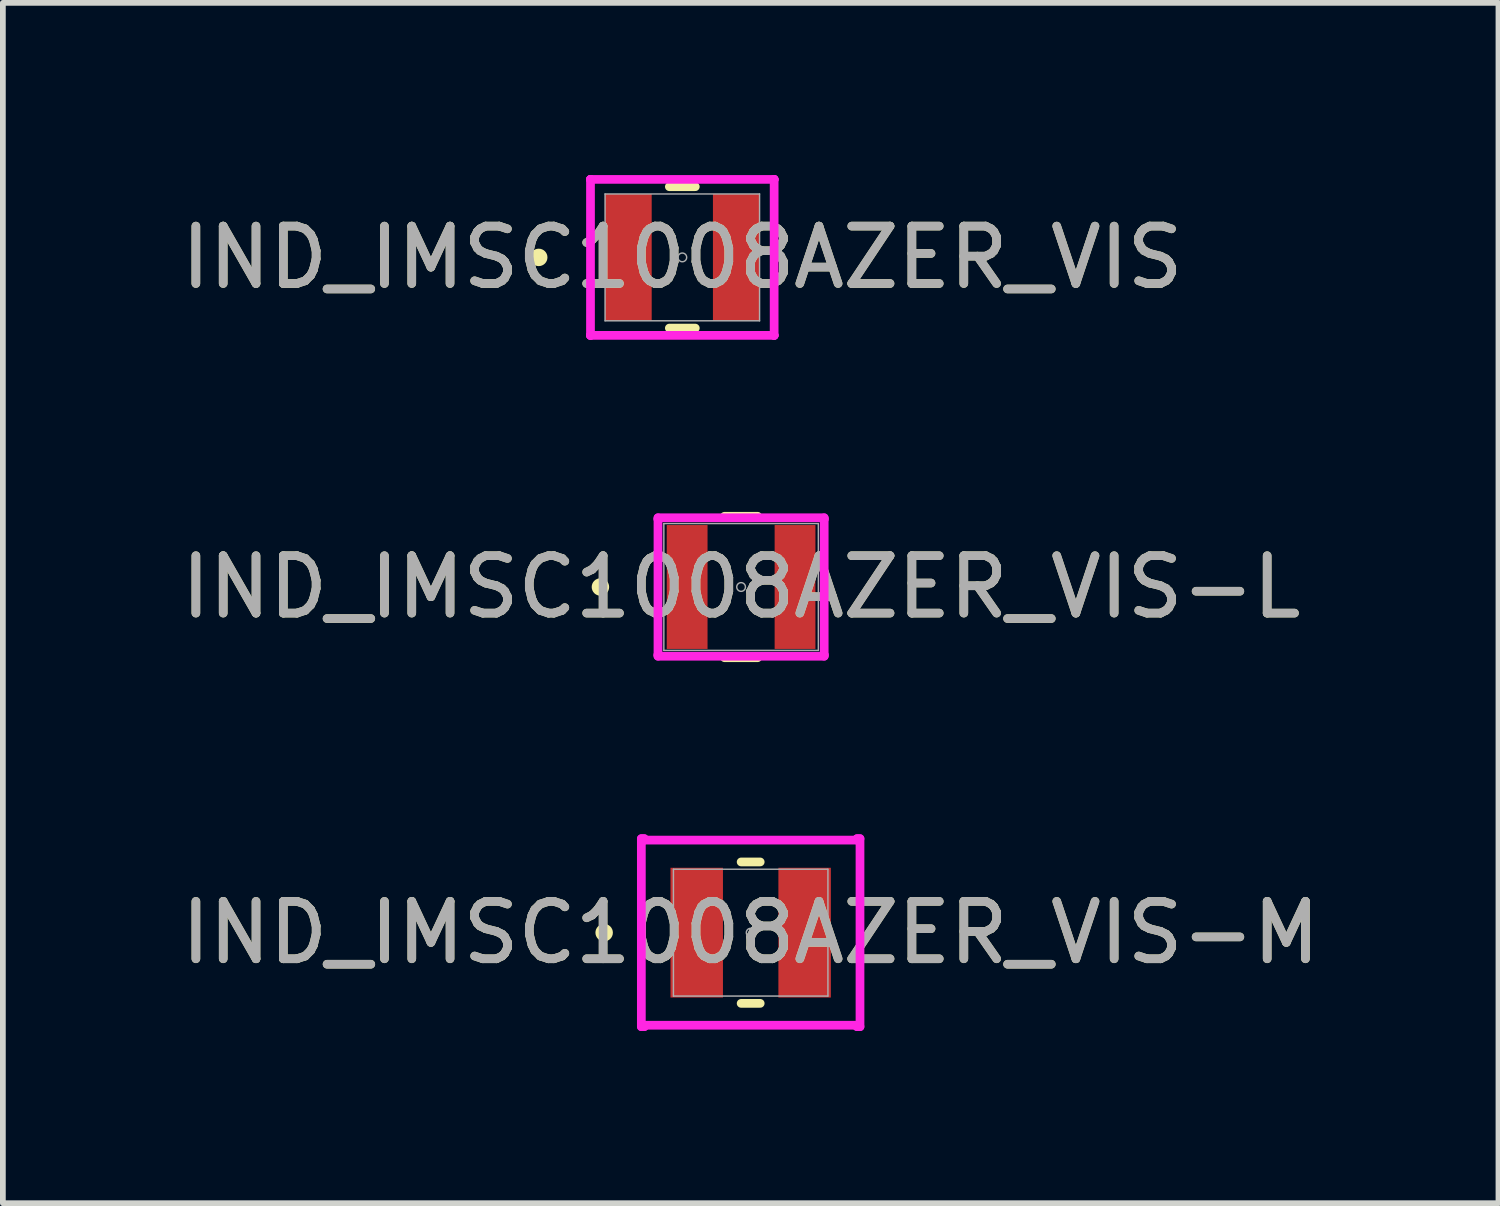
<source format=kicad_pcb>
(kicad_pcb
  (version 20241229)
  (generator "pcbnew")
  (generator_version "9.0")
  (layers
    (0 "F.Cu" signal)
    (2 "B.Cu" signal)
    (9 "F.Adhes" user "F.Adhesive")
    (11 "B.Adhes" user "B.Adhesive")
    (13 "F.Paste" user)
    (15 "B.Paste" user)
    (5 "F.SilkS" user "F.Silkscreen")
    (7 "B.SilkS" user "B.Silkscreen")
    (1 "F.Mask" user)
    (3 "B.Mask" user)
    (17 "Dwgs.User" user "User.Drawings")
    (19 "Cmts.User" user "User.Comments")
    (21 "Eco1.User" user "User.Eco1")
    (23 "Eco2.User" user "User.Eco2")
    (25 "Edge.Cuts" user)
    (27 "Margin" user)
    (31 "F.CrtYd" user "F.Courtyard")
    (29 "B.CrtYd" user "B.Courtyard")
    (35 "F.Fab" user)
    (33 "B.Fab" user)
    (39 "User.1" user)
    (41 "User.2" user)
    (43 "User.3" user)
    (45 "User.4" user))
  (footprint "IND_IMSC1008AZER_VIS-L"
    (layer "F.Cu")
    (at 9.863 7.178)
    (property "Reference" "IND_IMSC1008AZER_VIS-L" (at 0 0 0) (unlocked yes) (layer "F.SilkS") (effects (font (size 1 1) (thickness 0.15))))
    (attr smd)
    (fp_line (start -0.288 1.232) (end 0.288 1.232) (stroke (width 0.152) (type solid)) (layer "F.SilkS"))
    (fp_line (start 0.288 -1.232) (end -0.288 -1.232) (stroke (width 0.152) (type solid)) (layer "F.SilkS"))
    (fp_circle (center -2.451 0) (end -2.375 0) (stroke (width 0.152) (type solid)) (fill no) (layer "F.SilkS"))
    (fp_line (start -1.448 -1.206) (end 1.448 -1.206) (stroke (width 0.152) (type solid)) (layer "F.CrtYd"))
    (fp_line (start -1.448 -1.181) (end -1.448 -1.206) (stroke (width 0.152) (type solid)) (layer "F.CrtYd"))
    (fp_line (start -1.448 -1.181) (end -1.448 -1.181) (stroke (width 0.152) (type solid)) (layer "F.CrtYd"))
    (fp_line (start -1.448 1.181) (end -1.448 -1.181) (stroke (width 0.152) (type solid)) (layer "F.CrtYd"))
    (fp_line (start -1.448 1.181) (end -1.448 1.181) (stroke (width 0.152) (type solid)) (layer "F.CrtYd"))
    (fp_line (start -1.448 1.206) (end -1.448 1.181) (stroke (width 0.152) (type solid)) (layer "F.CrtYd"))
    (fp_line (start 1.448 -1.206) (end 1.448 -1.181) (stroke (width 0.152) (type solid)) (layer "F.CrtYd"))
    (fp_line (start 1.448 -1.181) (end 1.448 -1.181) (stroke (width 0.152) (type solid)) (layer "F.CrtYd"))
    (fp_line (start 1.448 -1.181) (end 1.448 1.181) (stroke (width 0.152) (type solid)) (layer "F.CrtYd"))
    (fp_line (start 1.448 1.181) (end 1.448 1.181) (stroke (width 0.152) (type solid)) (layer "F.CrtYd"))
    (fp_line (start 1.448 1.181) (end 1.448 1.206) (stroke (width 0.152) (type solid)) (layer "F.CrtYd"))
    (fp_line (start 1.448 1.206) (end -1.448 1.206) (stroke (width 0.152) (type solid)) (layer "F.CrtYd"))
    (fp_line (start -1.346 -1.105) (end -1.346 1.105) (stroke (width 0.025) (type solid)) (layer "F.Fab"))
    (fp_line (start -1.346 1.105) (end 1.346 1.105) (stroke (width 0.025) (type solid)) (layer "F.Fab"))
    (fp_line (start 1.346 -1.105) (end -1.346 -1.105) (stroke (width 0.025) (type solid)) (layer "F.Fab"))
    (fp_line (start 1.346 1.105) (end 1.346 -1.105) (stroke (width 0.025) (type solid)) (layer "F.Fab"))
    (fp_circle (center 0 0) (end 0.076 0) (stroke (width 0.025) (type solid)) (fill no) (layer "F.Fab"))
    (fp_text user "${REFERENCE}" (at 0 0 0) (unlocked yes) (layer "F.Fab") (effects (font (size 1 1) (thickness 0.15))))
    (pad "1" smd rect (at -0.94 0) (size 0.711 2.159) (layers "F.Cu" "F.Mask" "F.Paste"))
    (pad "2" smd rect (at 0.94 0) (size 0.711 2.159) (layers "F.Cu" "F.Mask" "F.Paste")))
  (footprint "IND_IMSC1008AZER_VIS-M"
    (layer "F.Cu")
    (at 10.03 13.201)
    (property "Reference" "IND_IMSC1008AZER_VIS-M" (at 0 0 0) (unlocked yes) (layer "F.SilkS") (effects (font (size 1 1) (thickness 0.15))))
    (attr smd)
    (fp_line (start -0.166 1.232) (end 0.166 1.232) (stroke (width 0.152) (type solid)) (layer "F.SilkS"))
    (fp_line (start 0.166 -1.232) (end -0.166 -1.232) (stroke (width 0.152) (type solid)) (layer "F.SilkS"))
    (fp_circle (center -2.553 0) (end -2.477 0) (stroke (width 0.152) (type solid)) (fill no) (layer "F.SilkS"))
    (fp_line (start -1.905 -1.638) (end -1.854 -1.638) (stroke (width 0.152) (type solid)) (layer "F.CrtYd"))
    (fp_line (start -1.905 1.638) (end -1.905 -1.638) (stroke (width 0.152) (type solid)) (layer "F.CrtYd"))
    (fp_line (start -1.905 1.638) (end -1.854 1.638) (stroke (width 0.152) (type solid)) (layer "F.CrtYd"))
    (fp_line (start -1.854 -1.638) (end -1.854 -1.613) (stroke (width 0.152) (type solid)) (layer "F.CrtYd"))
    (fp_line (start -1.854 -1.613) (end 1.854 -1.613) (stroke (width 0.152) (type solid)) (layer "F.CrtYd"))
    (fp_line (start -1.854 1.613) (end -1.854 1.638) (stroke (width 0.152) (type solid)) (layer "F.CrtYd"))
    (fp_line (start 1.854 -1.613) (end 1.854 -1.638) (stroke (width 0.152) (type solid)) (layer "F.CrtYd"))
    (fp_line (start 1.854 1.613) (end -1.854 1.613) (stroke (width 0.152) (type solid)) (layer "F.CrtYd"))
    (fp_line (start 1.854 1.638) (end 1.854 1.613) (stroke (width 0.152) (type solid)) (layer "F.CrtYd"))
    (fp_line (start 1.905 -1.638) (end 1.854 -1.638) (stroke (width 0.152) (type solid)) (layer "F.CrtYd"))
    (fp_line (start 1.905 -1.638) (end 1.905 1.638) (stroke (width 0.152) (type solid)) (layer "F.CrtYd"))
    (fp_line (start 1.905 1.638) (end 1.854 1.638) (stroke (width 0.152) (type solid)) (layer "F.CrtYd"))
    (fp_line (start -1.346 -1.105) (end -1.346 1.105) (stroke (width 0.025) (type solid)) (layer "F.Fab"))
    (fp_line (start -1.346 1.105) (end 1.346 1.105) (stroke (width 0.025) (type solid)) (layer "F.Fab"))
    (fp_line (start 1.346 -1.105) (end -1.346 -1.105) (stroke (width 0.025) (type solid)) (layer "F.Fab"))
    (fp_line (start 1.346 1.105) (end 1.346 -1.105) (stroke (width 0.025) (type solid)) (layer "F.Fab"))
    (fp_circle (center 0 0) (end 0.076 0) (stroke (width 0.025) (type solid)) (fill no) (layer "F.Fab"))
    (fp_text user "${REFERENCE}" (at 0 0 0) (unlocked yes) (layer "F.Fab") (effects (font (size 1 1) (thickness 0.15))))
    (pad "1" smd rect (at -0.94 0) (size 0.914 2.261) (layers "F.Cu" "F.Mask" "F.Paste"))
    (pad "2" smd rect (at 0.94 0) (size 0.914 2.261) (layers "F.Cu" "F.Mask" "F.Paste")))
  (footprint "IND_IMSC1008AZER_VIS"
    (layer "F.Cu")
    (at 8.839 1.435)
    (property "Reference" "IND_IMSC1008AZER_VIS" (at 0 0 0) (unlocked yes) (layer "F.SilkS") (effects (font (size 1 1) (thickness 0.15))))
    (attr smd)
    (fp_line (start -0.226 1.232) (end 0.226 1.232) (stroke (width 0.152) (type solid)) (layer "F.SilkS"))
    (fp_line (start 0.226 -1.232) (end -0.226 -1.232) (stroke (width 0.152) (type solid)) (layer "F.SilkS"))
    (fp_circle (center -2.502 0) (end -2.426 0) (stroke (width 0.152) (type solid)) (fill no) (layer "F.SilkS"))
    (fp_line (start -1.6 -1.359) (end -1.6 -1.359) (stroke (width 0.152) (type solid)) (layer "F.CrtYd"))
    (fp_line (start -1.6 -1.359) (end -1.6 -1.359) (stroke (width 0.152) (type solid)) (layer "F.CrtYd"))
    (fp_line (start -1.6 -1.359) (end 1.6 -1.359) (stroke (width 0.152) (type solid)) (layer "F.CrtYd"))
    (fp_line (start -1.6 1.359) (end -1.6 -1.359) (stroke (width 0.152) (type solid)) (layer "F.CrtYd"))
    (fp_line (start -1.6 1.359) (end -1.6 1.359) (stroke (width 0.152) (type solid)) (layer "F.CrtYd"))
    (fp_line (start -1.6 1.359) (end -1.6 1.359) (stroke (width 0.152) (type solid)) (layer "F.CrtYd"))
    (fp_line (start 1.6 -1.359) (end 1.6 -1.359) (stroke (width 0.152) (type solid)) (layer "F.CrtYd"))
    (fp_line (start 1.6 -1.359) (end 1.6 -1.359) (stroke (width 0.152) (type solid)) (layer "F.CrtYd"))
    (fp_line (start 1.6 -1.359) (end 1.6 1.359) (stroke (width 0.152) (type solid)) (layer "F.CrtYd"))
    (fp_line (start 1.6 1.359) (end -1.6 1.359) (stroke (width 0.152) (type solid)) (layer "F.CrtYd"))
    (fp_line (start 1.6 1.359) (end 1.6 1.359) (stroke (width 0.152) (type solid)) (layer "F.CrtYd"))
    (fp_line (start 1.6 1.359) (end 1.6 1.359) (stroke (width 0.152) (type solid)) (layer "F.CrtYd"))
    (fp_line (start -1.346 -1.105) (end -1.346 1.105) (stroke (width 0.025) (type solid)) (layer "F.Fab"))
    (fp_line (start -1.346 1.105) (end 1.346 1.105) (stroke (width 0.025) (type solid)) (layer "F.Fab"))
    (fp_line (start 1.346 -1.105) (end -1.346 -1.105) (stroke (width 0.025) (type solid)) (layer "F.Fab"))
    (fp_line (start 1.346 1.105) (end 1.346 -1.105) (stroke (width 0.025) (type solid)) (layer "F.Fab"))
    (fp_circle (center 0 0) (end 0.076 0) (stroke (width 0.025) (type solid)) (fill no) (layer "F.Fab"))
    (fp_text user "${REFERENCE}" (at 0 0 0) (unlocked yes) (layer "F.Fab") (effects (font (size 1 1) (thickness 0.15))))
    (pad "1" smd rect (at -0.94 0) (size 0.813 2.21) (layers "F.Cu" "F.Mask" "F.Paste"))
    (pad "2" smd rect (at 0.94 0) (size 0.813 2.21) (layers "F.Cu" "F.Mask" "F.Paste")))
  (gr_rect
    (start -3 -3)
    (end 23.06 17.915)
    (stroke (width 0.1) (type default))
    (fill no)
    (layer "Edge.Cuts")))
</source>
